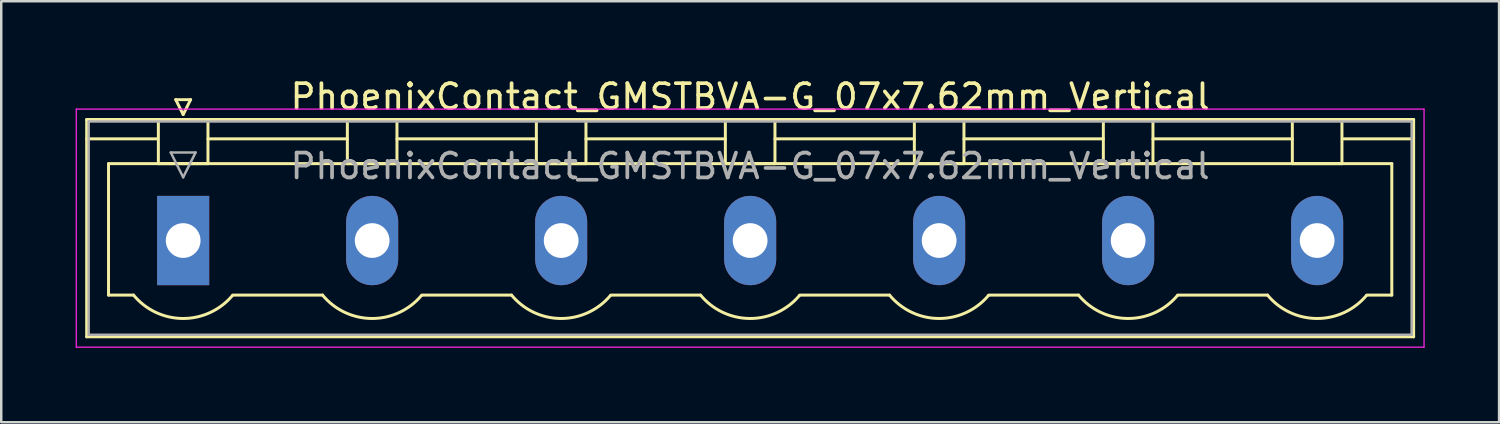
<source format=kicad_pcb>
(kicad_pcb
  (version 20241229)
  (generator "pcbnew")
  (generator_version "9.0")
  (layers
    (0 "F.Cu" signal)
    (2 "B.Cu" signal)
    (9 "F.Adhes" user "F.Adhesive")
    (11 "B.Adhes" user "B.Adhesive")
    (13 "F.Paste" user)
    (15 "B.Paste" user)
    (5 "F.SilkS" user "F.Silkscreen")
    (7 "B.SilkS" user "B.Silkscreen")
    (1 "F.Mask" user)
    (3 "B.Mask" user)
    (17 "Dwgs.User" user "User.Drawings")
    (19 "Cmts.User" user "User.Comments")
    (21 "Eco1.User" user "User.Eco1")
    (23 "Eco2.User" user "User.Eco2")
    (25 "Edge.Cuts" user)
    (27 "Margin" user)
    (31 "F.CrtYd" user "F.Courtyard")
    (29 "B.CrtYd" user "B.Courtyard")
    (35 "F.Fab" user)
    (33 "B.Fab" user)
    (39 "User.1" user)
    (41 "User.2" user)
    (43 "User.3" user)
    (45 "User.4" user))
  (footprint "PhoenixContact_GMSTBVA-G_07x7.62mm_Vertical"
    (layer "F.Cu")
    (at 4.335 6.648)
    (property "Reference" "PhoenixContact_GMSTBVA-G_07x7.62mm_Vertical" (at 22.86 -5.8 0) (layer "F.SilkS") (effects (font (size 1 1) (thickness 0.15))))
    (attr through_hole)
    (fp_line (start -3.89 -4.88) (end -3.89 3.88) (stroke (width 0.12) (type solid)) (layer "F.SilkS"))
    (fp_line (start -3.89 -4.1) (end -1.08 -4.1) (stroke (width 0.12) (type solid)) (layer "F.SilkS"))
    (fp_line (start -3.89 3.88) (end 49.61 3.88) (stroke (width 0.12) (type solid)) (layer "F.SilkS"))
    (fp_line (start -3.01 -3.1) (end 48.73 -3.1) (stroke (width 0.12) (type solid)) (layer "F.SilkS"))
    (fp_line (start -3.01 2.2) (end -3.01 -3.1) (stroke (width 0.12) (type solid)) (layer "F.SilkS"))
    (fp_line (start -2 2.2) (end -3.01 2.2) (stroke (width 0.12) (type solid)) (layer "F.SilkS"))
    (fp_line (start -1 -4.88) (end 1 -4.88) (stroke (width 0.12) (type solid)) (layer "F.SilkS"))
    (fp_line (start -1 -3.1) (end -1 -4.88) (stroke (width 0.12) (type solid)) (layer "F.SilkS"))
    (fp_line (start -0.3 -5.68) (end 0.3 -5.68) (stroke (width 0.12) (type solid)) (layer "F.SilkS"))
    (fp_line (start 0 -5.08) (end -0.3 -5.68) (stroke (width 0.12) (type solid)) (layer "F.SilkS"))
    (fp_line (start 0.3 -5.68) (end 0 -5.08) (stroke (width 0.12) (type solid)) (layer "F.SilkS"))
    (fp_line (start 1 -4.88) (end 1 -3.1) (stroke (width 0.12) (type solid)) (layer "F.SilkS"))
    (fp_line (start 1 -4.1) (end 6.62 -4.1) (stroke (width 0.12) (type solid)) (layer "F.SilkS"))
    (fp_line (start 1 -3.1) (end -1 -3.1) (stroke (width 0.12) (type solid)) (layer "F.SilkS"))
    (fp_line (start 2 2.2) (end 5.62 2.2) (stroke (width 0.12) (type solid)) (layer "F.SilkS"))
    (fp_line (start 6.62 -4.88) (end 8.62 -4.88) (stroke (width 0.12) (type solid)) (layer "F.SilkS"))
    (fp_line (start 6.62 -3.1) (end 6.62 -4.88) (stroke (width 0.12) (type solid)) (layer "F.SilkS"))
    (fp_line (start 8.62 -4.88) (end 8.62 -3.1) (stroke (width 0.12) (type solid)) (layer "F.SilkS"))
    (fp_line (start 8.62 -4.1) (end 14.24 -4.1) (stroke (width 0.12) (type solid)) (layer "F.SilkS"))
    (fp_line (start 8.62 -3.1) (end 6.62 -3.1) (stroke (width 0.12) (type solid)) (layer "F.SilkS"))
    (fp_line (start 9.62 2.2) (end 13.24 2.2) (stroke (width 0.12) (type solid)) (layer "F.SilkS"))
    (fp_line (start 14.24 -4.88) (end 16.24 -4.88) (stroke (width 0.12) (type solid)) (layer "F.SilkS"))
    (fp_line (start 14.24 -3.1) (end 14.24 -4.88) (stroke (width 0.12) (type solid)) (layer "F.SilkS"))
    (fp_line (start 16.24 -4.88) (end 16.24 -3.1) (stroke (width 0.12) (type solid)) (layer "F.SilkS"))
    (fp_line (start 16.24 -4.1) (end 21.86 -4.1) (stroke (width 0.12) (type solid)) (layer "F.SilkS"))
    (fp_line (start 16.24 -3.1) (end 14.24 -3.1) (stroke (width 0.12) (type solid)) (layer "F.SilkS"))
    (fp_line (start 17.24 2.2) (end 20.86 2.2) (stroke (width 0.12) (type solid)) (layer "F.SilkS"))
    (fp_line (start 21.86 -4.88) (end 23.86 -4.88) (stroke (width 0.12) (type solid)) (layer "F.SilkS"))
    (fp_line (start 21.86 -3.1) (end 21.86 -4.88) (stroke (width 0.12) (type solid)) (layer "F.SilkS"))
    (fp_line (start 23.86 -4.88) (end 23.86 -3.1) (stroke (width 0.12) (type solid)) (layer "F.SilkS"))
    (fp_line (start 23.86 -4.1) (end 29.48 -4.1) (stroke (width 0.12) (type solid)) (layer "F.SilkS"))
    (fp_line (start 23.86 -3.1) (end 21.86 -3.1) (stroke (width 0.12) (type solid)) (layer "F.SilkS"))
    (fp_line (start 24.86 2.2) (end 28.48 2.2) (stroke (width 0.12) (type solid)) (layer "F.SilkS"))
    (fp_line (start 29.48 -4.88) (end 31.48 -4.88) (stroke (width 0.12) (type solid)) (layer "F.SilkS"))
    (fp_line (start 29.48 -3.1) (end 29.48 -4.88) (stroke (width 0.12) (type solid)) (layer "F.SilkS"))
    (fp_line (start 31.48 -4.88) (end 31.48 -3.1) (stroke (width 0.12) (type solid)) (layer "F.SilkS"))
    (fp_line (start 31.48 -4.1) (end 37.1 -4.1) (stroke (width 0.12) (type solid)) (layer "F.SilkS"))
    (fp_line (start 31.48 -3.1) (end 29.48 -3.1) (stroke (width 0.12) (type solid)) (layer "F.SilkS"))
    (fp_line (start 32.48 2.2) (end 36.1 2.2) (stroke (width 0.12) (type solid)) (layer "F.SilkS"))
    (fp_line (start 37.1 -4.88) (end 39.1 -4.88) (stroke (width 0.12) (type solid)) (layer "F.SilkS"))
    (fp_line (start 37.1 -3.1) (end 37.1 -4.88) (stroke (width 0.12) (type solid)) (layer "F.SilkS"))
    (fp_line (start 39.1 -4.88) (end 39.1 -3.1) (stroke (width 0.12) (type solid)) (layer "F.SilkS"))
    (fp_line (start 39.1 -4.1) (end 44.72 -4.1) (stroke (width 0.12) (type solid)) (layer "F.SilkS"))
    (fp_line (start 39.1 -3.1) (end 37.1 -3.1) (stroke (width 0.12) (type solid)) (layer "F.SilkS"))
    (fp_line (start 40.1 2.2) (end 43.72 2.2) (stroke (width 0.12) (type solid)) (layer "F.SilkS"))
    (fp_line (start 44.72 -4.88) (end 46.72 -4.88) (stroke (width 0.12) (type solid)) (layer "F.SilkS"))
    (fp_line (start 44.72 -3.1) (end 44.72 -4.88) (stroke (width 0.12) (type solid)) (layer "F.SilkS"))
    (fp_line (start 46.72 -4.88) (end 46.72 -3.1) (stroke (width 0.12) (type solid)) (layer "F.SilkS"))
    (fp_line (start 46.72 -3.1) (end 44.72 -3.1) (stroke (width 0.12) (type solid)) (layer "F.SilkS"))
    (fp_line (start 48.73 -3.1) (end 48.73 2.2) (stroke (width 0.12) (type solid)) (layer "F.SilkS"))
    (fp_line (start 48.73 2.2) (end 47.72 2.2) (stroke (width 0.12) (type solid)) (layer "F.SilkS"))
    (fp_line (start 49.61 -4.88) (end -3.89 -4.88) (stroke (width 0.12) (type solid)) (layer "F.SilkS"))
    (fp_line (start 49.61 -4.1) (end 46.8 -4.1) (stroke (width 0.12) (type solid)) (layer "F.SilkS"))
    (fp_line (start 49.61 3.88) (end 49.61 -4.88) (stroke (width 0.12) (type solid)) (layer "F.SilkS"))
    (fp_arc (start 1.986842 2.215821) (mid -0.010289 3.142758) (end -2 2.2) (stroke (width 0.12) (type solid)) (layer "F.SilkS"))
    (fp_arc (start 9.606842 2.215821) (mid 7.609711 3.142758) (end 5.62 2.2) (stroke (width 0.12) (type solid)) (layer "F.SilkS"))
    (fp_arc (start 17.226842 2.215821) (mid 15.229711 3.142758) (end 13.24 2.2) (stroke (width 0.12) (type solid)) (layer "F.SilkS"))
    (fp_arc (start 24.846842 2.215821) (mid 22.849711 3.142758) (end 20.86 2.2) (stroke (width 0.12) (type solid)) (layer "F.SilkS"))
    (fp_arc (start 32.466842 2.215821) (mid 30.469711 3.142758) (end 28.48 2.2) (stroke (width 0.12) (type solid)) (layer "F.SilkS"))
    (fp_arc (start 40.086842 2.215821) (mid 38.089711 3.142758) (end 36.1 2.2) (stroke (width 0.12) (type solid)) (layer "F.SilkS"))
    (fp_arc (start 47.706842 2.215821) (mid 45.709711 3.142758) (end 43.72 2.2) (stroke (width 0.12) (type solid)) (layer "F.SilkS"))
    (fp_line (start -4.31 -5.3) (end -4.31 4.3) (stroke (width 0.05) (type solid)) (layer "F.CrtYd"))
    (fp_line (start -4.31 4.3) (end 50.03 4.3) (stroke (width 0.05) (type solid)) (layer "F.CrtYd"))
    (fp_line (start 50.03 -5.3) (end -4.31 -5.3) (stroke (width 0.05) (type solid)) (layer "F.CrtYd"))
    (fp_line (start 50.03 4.3) (end 50.03 -5.3) (stroke (width 0.05) (type solid)) (layer "F.CrtYd"))
    (fp_line (start -3.81 -4.8) (end -3.81 3.8) (stroke (width 0.1) (type solid)) (layer "F.Fab"))
    (fp_line (start -3.81 3.8) (end 49.53 3.8) (stroke (width 0.1) (type solid)) (layer "F.Fab"))
    (fp_line (start -0.5 -3.55) (end 0.5 -3.55) (stroke (width 0.1) (type solid)) (layer "F.Fab"))
    (fp_line (start 0 -2.55) (end -0.5 -3.55) (stroke (width 0.1) (type solid)) (layer "F.Fab"))
    (fp_line (start 0.5 -3.55) (end 0 -2.55) (stroke (width 0.1) (type solid)) (layer "F.Fab"))
    (fp_line (start 49.53 -4.8) (end -3.81 -4.8) (stroke (width 0.1) (type solid)) (layer "F.Fab"))
    (fp_line (start 49.53 3.8) (end 49.53 -4.8) (stroke (width 0.1) (type solid)) (layer "F.Fab"))
    (fp_text user "${REFERENCE}" (at 22.86 -3 0) (layer "F.Fab") (effects (font (size 1 1) (thickness 0.15))))
    (pad "1" thru_hole rect (at 0 0) (size 2.1 3.6) (drill 1.4) (layers "*.Cu" "*.Mask"))
    (pad "2" thru_hole oval (at 7.62 0) (size 2.1 3.6) (drill 1.4) (layers "*.Cu" "*.Mask"))
    (pad "3" thru_hole oval (at 15.24 0) (size 2.1 3.6) (drill 1.4) (layers "*.Cu" "*.Mask"))
    (pad "4" thru_hole oval (at 22.86 0) (size 2.1 3.6) (drill 1.4) (layers "*.Cu" "*.Mask"))
    (pad "5" thru_hole oval (at 30.48 0) (size 2.1 3.6) (drill 1.4) (layers "*.Cu" "*.Mask"))
    (pad "6" thru_hole oval (at 38.1 0) (size 2.1 3.6) (drill 1.4) (layers "*.Cu" "*.Mask"))
    (pad "7" thru_hole oval (at 45.72 0) (size 2.1 3.6) (drill 1.4) (layers "*.Cu" "*.Mask")))
  (gr_rect
    (start -3 -3)
    (end 57.39 13.973)
    (stroke (width 0.1) (type default))
    (fill no)
    (layer "Edge.Cuts")))
</source>
